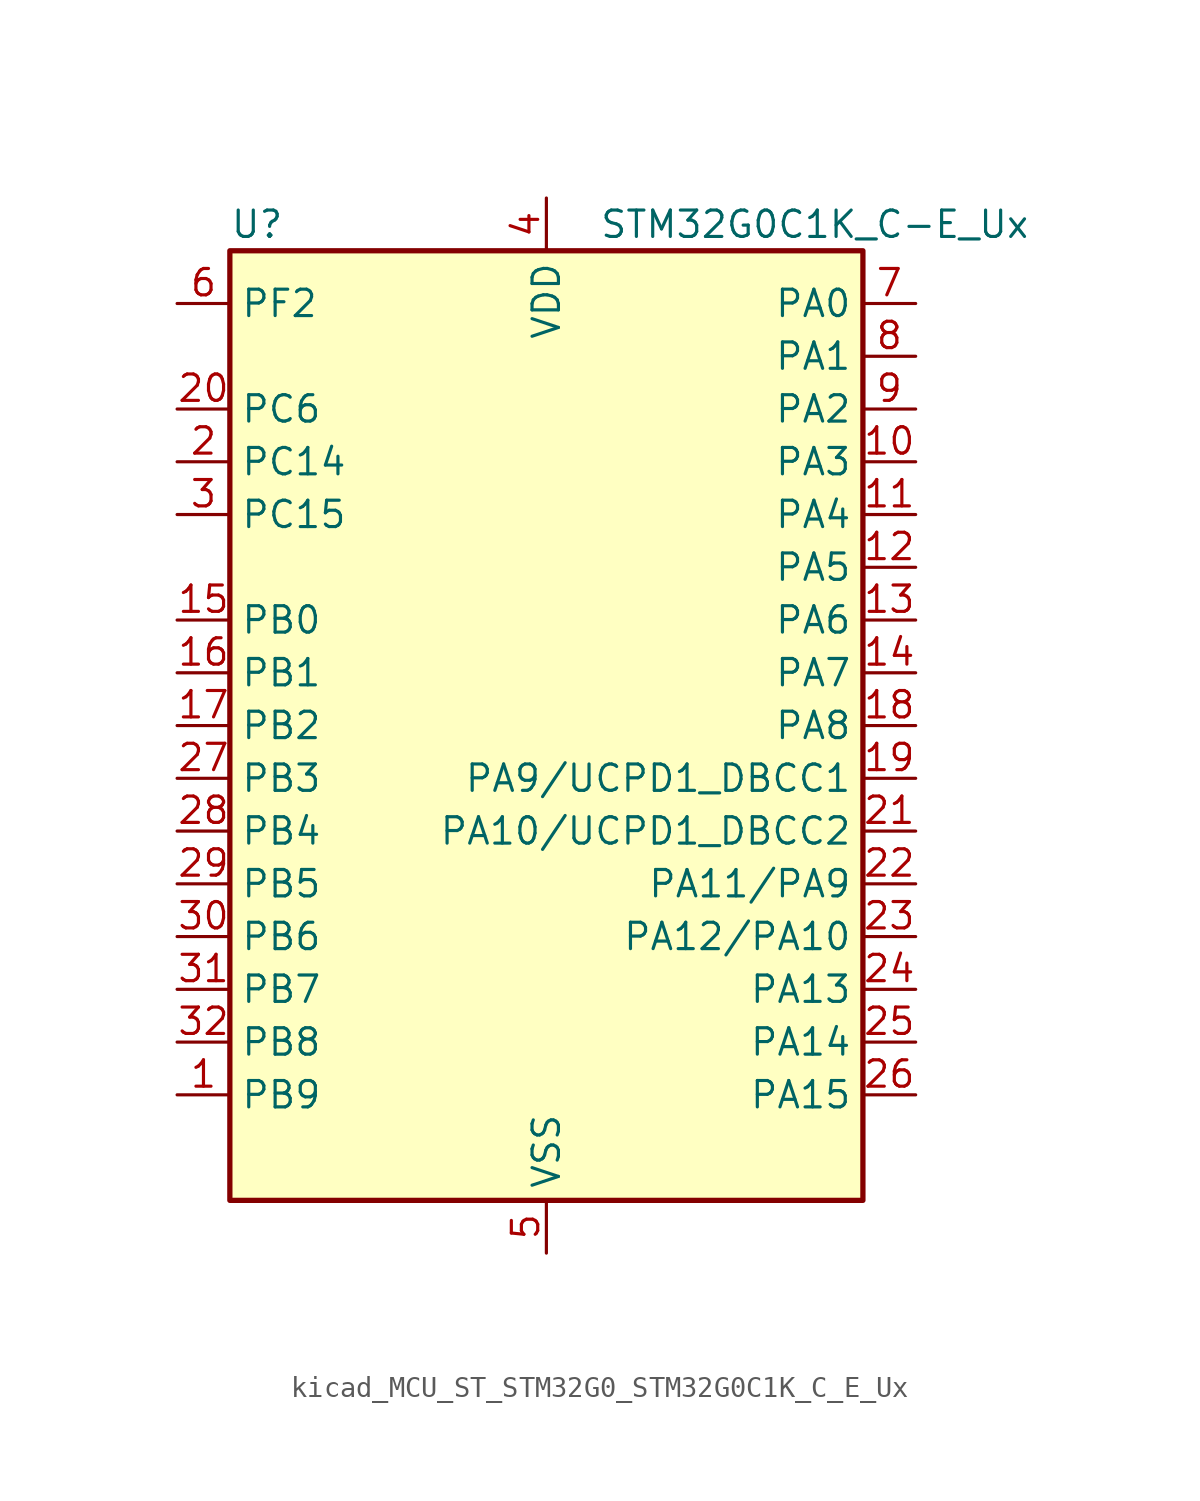
<source format=kicad_sym>
(kicad_symbol_lib
  (version 20220914)
  (generator kicad_symbol_editor)
  (symbol "kicad_MCU_ST_STM32G0_STM32G0C1K_C_E_Ux"
    (property "Reference" "U"
      (at -15.24 24.13 0)
      (effects (font (size 1.27 1.27)) (justify left)))
    (property "Value" "STM32G0C1K_C-E_Ux"
      (at 2.54 24.13 0)
      (effects (font (size 1.27 1.27)) (justify left)))
    (property "ki_locked" ""
      (at 0 0 0)
      (effects (font (size 1.27 1.27))))
    (symbol "kicad_MCU_ST_STM32G0_STM32G0C1K_C_E_Ux_0_1"
      (rectangle (start -15.24 -22.86) (end 15.24 22.86) (stroke (width 0.254) (type default)) (fill (type background))))
    (symbol "kicad_MCU_ST_STM32G0_STM32G0C1K_C_E_Ux_1_1"
      (pin bidirectional line (at -17.78 -17.78 0) (length 2.54) (name "PB9" (effects (font (size 1.27 1.27)))) (number "1" (effects (font (size 1.27 1.27)))) (alternate "DAC1_EXTI9" bidirectional line) (alternate "FDCAN1_TX" bidirectional line) (alternate "I2C1_SDA" bidirectional line) (alternate "I2S2_WS" bidirectional line) (alternate "IR_OUT" bidirectional line) (alternate "SPI2_NSS" bidirectional line) (alternate "TIM17_CH1" bidirectional line) (alternate "TIM4_CH4" bidirectional line) (alternate "USART3_RX" bidirectional line) (alternate "USART6_RX" bidirectional line))
      (pin bidirectional line (at 17.78 12.7 180) (length 2.54) (name "PA3" (effects (font (size 1.27 1.27)))) (number "10" (effects (font (size 1.27 1.27)))) (alternate "ADC1_IN3" bidirectional line) (alternate "COMP2_INP" bidirectional line) (alternate "I2S2_MCK" bidirectional line) (alternate "LPUART1_RX" bidirectional line) (alternate "SPI2_MISO" bidirectional line) (alternate "TIM15_CH2" bidirectional line) (alternate "TIM2_CH4" bidirectional line) (alternate "USART2_RX" bidirectional line))
      (pin bidirectional line (at 17.78 10.16 180) (length 2.54) (name "PA4" (effects (font (size 1.27 1.27)))) (number "11" (effects (font (size 1.27 1.27)))) (alternate "ADC1_IN4" bidirectional line) (alternate "DAC1_OUT1" bidirectional line) (alternate "I2S1_WS" bidirectional line) (alternate "I2S2_SD" bidirectional line) (alternate "LPTIM2_OUT" bidirectional line) (alternate "RTC_OUT1" bidirectional line) (alternate "RTC_TAMP_IN1" bidirectional line) (alternate "RTC_TS" bidirectional line) (alternate "SPI1_NSS" bidirectional line) (alternate "SPI2_MOSI" bidirectional line) (alternate "SPI3_NSS" bidirectional line) (alternate "SYS_WKUP2" bidirectional line) (alternate "TIM14_CH1" bidirectional line) (alternate "USART6_TX" bidirectional line) (alternate "USB_NOE" bidirectional line))
      (pin bidirectional line (at 17.78 7.62 180) (length 2.54) (name "PA5" (effects (font (size 1.27 1.27)))) (number "12" (effects (font (size 1.27 1.27)))) (alternate "ADC1_IN5" bidirectional line) (alternate "CEC" bidirectional line) (alternate "DAC1_OUT2" bidirectional line) (alternate "I2S1_CK" bidirectional line) (alternate "LPTIM2_ETR" bidirectional line) (alternate "SPI1_SCK" bidirectional line) (alternate "TIM2_CH1" bidirectional line) (alternate "TIM2_ETR" bidirectional line) (alternate "UCPD1_FRSTX1" bidirectional line) (alternate "UCPD1_FRSTX2" bidirectional line) (alternate "USART3_TX" bidirectional line) (alternate "USART6_RX" bidirectional line))
      (pin bidirectional line (at 17.78 5.08 180) (length 2.54) (name "PA6" (effects (font (size 1.27 1.27)))) (number "13" (effects (font (size 1.27 1.27)))) (alternate "ADC1_IN6" bidirectional line) (alternate "COMP1_OUT" bidirectional line) (alternate "I2C2_SDA" bidirectional line) (alternate "I2C3_SDA" bidirectional line) (alternate "I2S1_MCK" bidirectional line) (alternate "LPUART1_CTS" bidirectional line) (alternate "SPI1_MISO" bidirectional line) (alternate "TIM16_CH1" bidirectional line) (alternate "TIM1_BK" bidirectional line) (alternate "TIM3_CH1" bidirectional line) (alternate "USART3_CTS" bidirectional line) (alternate "USART3_NSS" bidirectional line) (alternate "USART6_CTS" bidirectional line) (alternate "USART6_NSS" bidirectional line))
      (pin bidirectional line (at 17.78 2.54 180) (length 2.54) (name "PA7" (effects (font (size 1.27 1.27)))) (number "14" (effects (font (size 1.27 1.27)))) (alternate "ADC1_IN7" bidirectional line) (alternate "COMP2_OUT" bidirectional line) (alternate "I2C2_SCL" bidirectional line) (alternate "I2C3_SCL" bidirectional line) (alternate "I2S1_SD" bidirectional line) (alternate "SPI1_MOSI" bidirectional line) (alternate "TIM14_CH1" bidirectional line) (alternate "TIM17_CH1" bidirectional line) (alternate "TIM1_CH1N" bidirectional line) (alternate "TIM3_CH2" bidirectional line) (alternate "UCPD1_FRSTX1" bidirectional line) (alternate "UCPD1_FRSTX2" bidirectional line) (alternate "USART6_CK" bidirectional line) (alternate "USART6_DE" bidirectional line) (alternate "USART6_RTS" bidirectional line))
      (pin bidirectional line (at -17.78 5.08 0) (length 2.54) (name "PB0" (effects (font (size 1.27 1.27)))) (number "15" (effects (font (size 1.27 1.27)))) (alternate "ADC1_IN8" bidirectional line) (alternate "COMP1_OUT" bidirectional line) (alternate "COMP3_INP" bidirectional line) (alternate "FDCAN2_RX" bidirectional line) (alternate "I2S1_WS" bidirectional line) (alternate "LPTIM1_OUT" bidirectional line) (alternate "LPUART2_CTS" bidirectional line) (alternate "SPI1_NSS" bidirectional line) (alternate "TIM1_CH2N" bidirectional line) (alternate "TIM3_CH3" bidirectional line) (alternate "UCPD1_FRSTX1" bidirectional line) (alternate "UCPD1_FRSTX2" bidirectional line) (alternate "USART3_RX" bidirectional line) (alternate "USART5_TX" bidirectional line))
      (pin bidirectional line (at -17.78 2.54 0) (length 2.54) (name "PB1" (effects (font (size 1.27 1.27)))) (number "16" (effects (font (size 1.27 1.27)))) (alternate "ADC1_IN9" bidirectional line) (alternate "COMP1_INM" bidirectional line) (alternate "COMP3_OUT" bidirectional line) (alternate "FDCAN2_TX" bidirectional line) (alternate "LPTIM2_IN1" bidirectional line) (alternate "LPUART1_DE" bidirectional line) (alternate "LPUART1_RTS" bidirectional line) (alternate "LPUART2_DE" bidirectional line) (alternate "LPUART2_RTS" bidirectional line) (alternate "TIM14_CH1" bidirectional line) (alternate "TIM1_CH3N" bidirectional line) (alternate "TIM3_CH4" bidirectional line) (alternate "USART3_CK" bidirectional line) (alternate "USART3_DE" bidirectional line) (alternate "USART3_RTS" bidirectional line) (alternate "USART5_RX" bidirectional line))
      (pin bidirectional line (at -17.78 0 0) (length 2.54) (name "PB2" (effects (font (size 1.27 1.27)))) (number "17" (effects (font (size 1.27 1.27)))) (alternate "ADC1_IN10" bidirectional line) (alternate "COMP1_INP" bidirectional line) (alternate "COMP3_INM" bidirectional line) (alternate "I2S2_MCK" bidirectional line) (alternate "LPTIM1_OUT" bidirectional line) (alternate "RCC_MCO_2" bidirectional line) (alternate "SPI2_MISO" bidirectional line) (alternate "USART3_TX" bidirectional line))
      (pin bidirectional line (at 17.78 0 180) (length 2.54) (name "PA8" (effects (font (size 1.27 1.27)))) (number "18" (effects (font (size 1.27 1.27)))) (alternate "CRS1_SYNC" bidirectional line) (alternate "I2C2_SMBA" bidirectional line) (alternate "I2S2_WS" bidirectional line) (alternate "LPTIM2_OUT" bidirectional line) (alternate "RCC_MCO" bidirectional line) (alternate "SPI2_NSS" bidirectional line) (alternate "TIM1_CH1" bidirectional line) (alternate "UCPD1_CC1" bidirectional line))
      (pin bidirectional line (at 17.78 -2.54 180) (length 2.54) (name "PA9/UCPD1_DBCC1" (effects (font (size 1.27 1.27)))) (number "19" (effects (font (size 1.27 1.27)))) (alternate "DAC1_EXTI9" bidirectional line) (alternate "I2C1_SCL" bidirectional line) (alternate "I2C2_SCL" bidirectional line) (alternate "I2S2_MCK" bidirectional line) (alternate "RCC_MCO" bidirectional line) (alternate "SPI2_MISO" bidirectional line) (alternate "TIM15_BK" bidirectional line) (alternate "TIM1_CH2" bidirectional line) (alternate "UCPD1_DBCC1" bidirectional line) (alternate "USART1_TX" bidirectional line))
      (pin bidirectional line (at -17.78 12.7 0) (length 2.54) (name "PC14" (effects (font (size 1.27 1.27)))) (number "2" (effects (font (size 1.27 1.27)))) (alternate "RCC_OSC32_IN" bidirectional line) (alternate "RCC_OSC_IN" bidirectional line) (alternate "TIM1_BK2" bidirectional line))
      (pin bidirectional line (at -17.78 15.24 0) (length 2.54) (name "PC6" (effects (font (size 1.27 1.27)))) (number "20" (effects (font (size 1.27 1.27)))) (alternate "LPUART2_TX" bidirectional line) (alternate "TIM2_CH3" bidirectional line) (alternate "TIM3_CH1" bidirectional line) (alternate "UCPD1_FRSTX1" bidirectional line) (alternate "UCPD1_FRSTX2" bidirectional line))
      (pin bidirectional line (at 17.78 -5.08 180) (length 2.54) (name "PA10/UCPD1_DBCC2" (effects (font (size 1.27 1.27)))) (number "21" (effects (font (size 1.27 1.27)))) (alternate "I2C1_SDA" bidirectional line) (alternate "I2C2_SDA" bidirectional line) (alternate "I2S2_SD" bidirectional line) (alternate "RCC_MCO_2" bidirectional line) (alternate "SPI2_MOSI" bidirectional line) (alternate "TIM17_BK" bidirectional line) (alternate "TIM1_CH3" bidirectional line) (alternate "UCPD1_DBCC2" bidirectional line) (alternate "USART1_RX" bidirectional line))
      (pin bidirectional line (at 17.78 -7.62 180) (length 2.54) (name "PA11/PA9" (effects (font (size 1.27 1.27)))) (number "22" (effects (font (size 1.27 1.27)))) (alternate "ADC1_EXTI11" bidirectional line) (alternate "COMP1_OUT" bidirectional line) (alternate "FDCAN1_RX" bidirectional line) (alternate "I2C2_SCL" bidirectional line) (alternate "I2S1_MCK" bidirectional line) (alternate "SPI1_MISO" bidirectional line) (alternate "TIM1_BK2" bidirectional line) (alternate "TIM1_CH4" bidirectional line) (alternate "USART1_CTS" bidirectional line) (alternate "USART1_NSS" bidirectional line) (alternate "USB_DM" bidirectional line))
      (pin bidirectional line (at 17.78 -10.16 180) (length 2.54) (name "PA12/PA10" (effects (font (size 1.27 1.27)))) (number "23" (effects (font (size 1.27 1.27)))) (alternate "COMP2_OUT" bidirectional line) (alternate "FDCAN1_TX" bidirectional line) (alternate "I2C2_SDA" bidirectional line) (alternate "I2S1_SD" bidirectional line) (alternate "I2S_CKIN" bidirectional line) (alternate "SPI1_MOSI" bidirectional line) (alternate "TIM1_ETR" bidirectional line) (alternate "USART1_CK" bidirectional line) (alternate "USART1_DE" bidirectional line) (alternate "USART1_RTS" bidirectional line) (alternate "USB_DP" bidirectional line))
      (pin bidirectional line (at 17.78 -12.7 180) (length 2.54) (name "PA13" (effects (font (size 1.27 1.27)))) (number "24" (effects (font (size 1.27 1.27)))) (alternate "IR_OUT" bidirectional line) (alternate "LPUART2_RX" bidirectional line) (alternate "SYS_SWDIO" bidirectional line) (alternate "USB_NOE" bidirectional line))
      (pin bidirectional line (at 17.78 -15.24 180) (length 2.54) (name "PA14" (effects (font (size 1.27 1.27)))) (number "25" (effects (font (size 1.27 1.27)))) (alternate "LPUART2_TX" bidirectional line) (alternate "SYS_SWCLK" bidirectional line) (alternate "USART2_TX" bidirectional line))
      (pin bidirectional line (at 17.78 -17.78 180) (length 2.54) (name "PA15" (effects (font (size 1.27 1.27)))) (number "26" (effects (font (size 1.27 1.27)))) (alternate "I2C2_SMBA" bidirectional line) (alternate "I2S1_WS" bidirectional line) (alternate "RCC_MCO_2" bidirectional line) (alternate "SPI1_NSS" bidirectional line) (alternate "SPI3_NSS" bidirectional line) (alternate "TIM2_CH1" bidirectional line) (alternate "TIM2_ETR" bidirectional line) (alternate "USART2_RX" bidirectional line) (alternate "USART3_CK" bidirectional line) (alternate "USART3_DE" bidirectional line) (alternate "USART3_RTS" bidirectional line) (alternate "USART4_CK" bidirectional line) (alternate "USART4_DE" bidirectional line) (alternate "USART4_RTS" bidirectional line) (alternate "USB_NOE" bidirectional line))
      (pin bidirectional line (at -17.78 -2.54 0) (length 2.54) (name "PB3" (effects (font (size 1.27 1.27)))) (number "27" (effects (font (size 1.27 1.27)))) (alternate "COMP2_INM" bidirectional line) (alternate "I2C2_SCL" bidirectional line) (alternate "I2C3_SCL" bidirectional line) (alternate "I2S1_CK" bidirectional line) (alternate "SPI1_SCK" bidirectional line) (alternate "SPI3_SCK" bidirectional line) (alternate "TIM1_CH2" bidirectional line) (alternate "TIM2_CH2" bidirectional line) (alternate "USART1_CK" bidirectional line) (alternate "USART1_DE" bidirectional line) (alternate "USART1_RTS" bidirectional line) (alternate "USART5_TX" bidirectional line))
      (pin bidirectional line (at -17.78 -5.08 0) (length 2.54) (name "PB4" (effects (font (size 1.27 1.27)))) (number "28" (effects (font (size 1.27 1.27)))) (alternate "COMP2_INP" bidirectional line) (alternate "I2C2_SDA" bidirectional line) (alternate "I2C3_SDA" bidirectional line) (alternate "I2S1_MCK" bidirectional line) (alternate "SPI1_MISO" bidirectional line) (alternate "SPI3_MISO" bidirectional line) (alternate "TIM17_BK" bidirectional line) (alternate "TIM3_CH1" bidirectional line) (alternate "USART1_CTS" bidirectional line) (alternate "USART1_NSS" bidirectional line) (alternate "USART5_RX" bidirectional line))
      (pin bidirectional line (at -17.78 -7.62 0) (length 2.54) (name "PB5" (effects (font (size 1.27 1.27)))) (number "29" (effects (font (size 1.27 1.27)))) (alternate "COMP2_OUT" bidirectional line) (alternate "FDCAN2_RX" bidirectional line) (alternate "I2C1_SMBA" bidirectional line) (alternate "I2S1_SD" bidirectional line) (alternate "LPTIM1_IN1" bidirectional line) (alternate "SPI1_MOSI" bidirectional line) (alternate "SPI3_MOSI" bidirectional line) (alternate "SYS_WKUP6" bidirectional line) (alternate "TIM16_BK" bidirectional line) (alternate "TIM3_CH2" bidirectional line) (alternate "USART5_CK" bidirectional line) (alternate "USART5_DE" bidirectional line) (alternate "USART5_RTS" bidirectional line))
      (pin bidirectional line (at -17.78 10.16 0) (length 2.54) (name "PC15" (effects (font (size 1.27 1.27)))) (number "3" (effects (font (size 1.27 1.27)))) (alternate "RCC_OSC32_EN" bidirectional line) (alternate "RCC_OSC32_OUT" bidirectional line) (alternate "RCC_OSC_EN" bidirectional line) (alternate "TIM15_BK" bidirectional line))
      (pin bidirectional line (at -17.78 -10.16 0) (length 2.54) (name "PB6" (effects (font (size 1.27 1.27)))) (number "30" (effects (font (size 1.27 1.27)))) (alternate "COMP2_INP" bidirectional line) (alternate "FDCAN2_TX" bidirectional line) (alternate "I2C1_SCL" bidirectional line) (alternate "I2S2_MCK" bidirectional line) (alternate "LPTIM1_ETR" bidirectional line) (alternate "LPUART2_TX" bidirectional line) (alternate "SPI2_MISO" bidirectional line) (alternate "TIM16_CH1N" bidirectional line) (alternate "TIM1_CH3" bidirectional line) (alternate "TIM4_CH1" bidirectional line) (alternate "USART1_TX" bidirectional line) (alternate "USART5_CTS" bidirectional line) (alternate "USART5_NSS" bidirectional line))
      (pin bidirectional line (at -17.78 -12.7 0) (length 2.54) (name "PB7" (effects (font (size 1.27 1.27)))) (number "31" (effects (font (size 1.27 1.27)))) (alternate "COMP2_INM" bidirectional line) (alternate "I2C1_SDA" bidirectional line) (alternate "I2S2_SD" bidirectional line) (alternate "LPTIM1_IN2" bidirectional line) (alternate "LPUART2_RX" bidirectional line) (alternate "SPI2_MOSI" bidirectional line) (alternate "SYS_PVD_IN" bidirectional line) (alternate "TIM17_CH1N" bidirectional line) (alternate "TIM4_CH2" bidirectional line) (alternate "USART1_RX" bidirectional line) (alternate "USART4_CTS" bidirectional line) (alternate "USART4_NSS" bidirectional line))
      (pin bidirectional line (at -17.78 -15.24 0) (length 2.54) (name "PB8" (effects (font (size 1.27 1.27)))) (number "32" (effects (font (size 1.27 1.27)))) (alternate "CEC" bidirectional line) (alternate "FDCAN1_RX" bidirectional line) (alternate "I2C1_SCL" bidirectional line) (alternate "I2S2_CK" bidirectional line) (alternate "SPI2_SCK" bidirectional line) (alternate "TIM15_BK" bidirectional line) (alternate "TIM16_CH1" bidirectional line) (alternate "TIM4_CH3" bidirectional line) (alternate "USART3_TX" bidirectional line) (alternate "USART6_TX" bidirectional line))
      (pin passive line (at 0 -25.4 90) (length 2.54) hide (name "VSS" (effects (font (size 1.27 1.27)))) (number "33" (effects (font (size 1.27 1.27)))))
      (pin power_in line (at 0 25.4 270) (length 2.54) (name "VDD" (effects (font (size 1.27 1.27)))) (number "4" (effects (font (size 1.27 1.27)))))
      (pin power_in line (at 0 -25.4 90) (length 2.54) (name "VSS" (effects (font (size 1.27 1.27)))) (number "5" (effects (font (size 1.27 1.27)))))
      (pin bidirectional line (at -17.78 20.32 0) (length 2.54) (name "PF2" (effects (font (size 1.27 1.27)))) (number "6" (effects (font (size 1.27 1.27)))) (alternate "LPUART2_DE" bidirectional line) (alternate "LPUART2_RTS" bidirectional line) (alternate "LPUART2_TX" bidirectional line) (alternate "RCC_MCO" bidirectional line))
      (pin bidirectional line (at 17.78 20.32 180) (length 2.54) (name "PA0" (effects (font (size 1.27 1.27)))) (number "7" (effects (font (size 1.27 1.27)))) (alternate "ADC1_IN0" bidirectional line) (alternate "COMP1_INM" bidirectional line) (alternate "COMP1_OUT" bidirectional line) (alternate "I2S2_CK" bidirectional line) (alternate "LPTIM1_OUT" bidirectional line) (alternate "RTC_TAMP_IN2" bidirectional line) (alternate "SPI2_SCK" bidirectional line) (alternate "SYS_WKUP1" bidirectional line) (alternate "TIM2_CH1" bidirectional line) (alternate "TIM2_ETR" bidirectional line) (alternate "USART2_CTS" bidirectional line) (alternate "USART2_NSS" bidirectional line) (alternate "USART4_TX" bidirectional line))
      (pin bidirectional line (at 17.78 17.78 180) (length 2.54) (name "PA1" (effects (font (size 1.27 1.27)))) (number "8" (effects (font (size 1.27 1.27)))) (alternate "ADC1_IN1" bidirectional line) (alternate "COMP1_INP" bidirectional line) (alternate "I2C1_SMBA" bidirectional line) (alternate "I2S1_CK" bidirectional line) (alternate "SPI1_SCK" bidirectional line) (alternate "TIM15_CH1N" bidirectional line) (alternate "TIM2_CH2" bidirectional line) (alternate "USART2_CK" bidirectional line) (alternate "USART2_DE" bidirectional line) (alternate "USART2_RTS" bidirectional line) (alternate "USART4_RX" bidirectional line))
      (pin bidirectional line (at 17.78 15.24 180) (length 2.54) (name "PA2" (effects (font (size 1.27 1.27)))) (number "9" (effects (font (size 1.27 1.27)))) (alternate "ADC1_IN2" bidirectional line) (alternate "COMP2_INM" bidirectional line) (alternate "COMP2_OUT" bidirectional line) (alternate "I2S1_SD" bidirectional line) (alternate "LPUART1_TX" bidirectional line) (alternate "RCC_LSCO" bidirectional line) (alternate "SPI1_MOSI" bidirectional line) (alternate "SYS_WKUP4" bidirectional line) (alternate "TIM15_CH1" bidirectional line) (alternate "TIM2_CH3" bidirectional line) (alternate "UCPD1_FRSTX1" bidirectional line) (alternate "UCPD1_FRSTX2" bidirectional line) (alternate "USART2_TX" bidirectional line)))))
</source>
